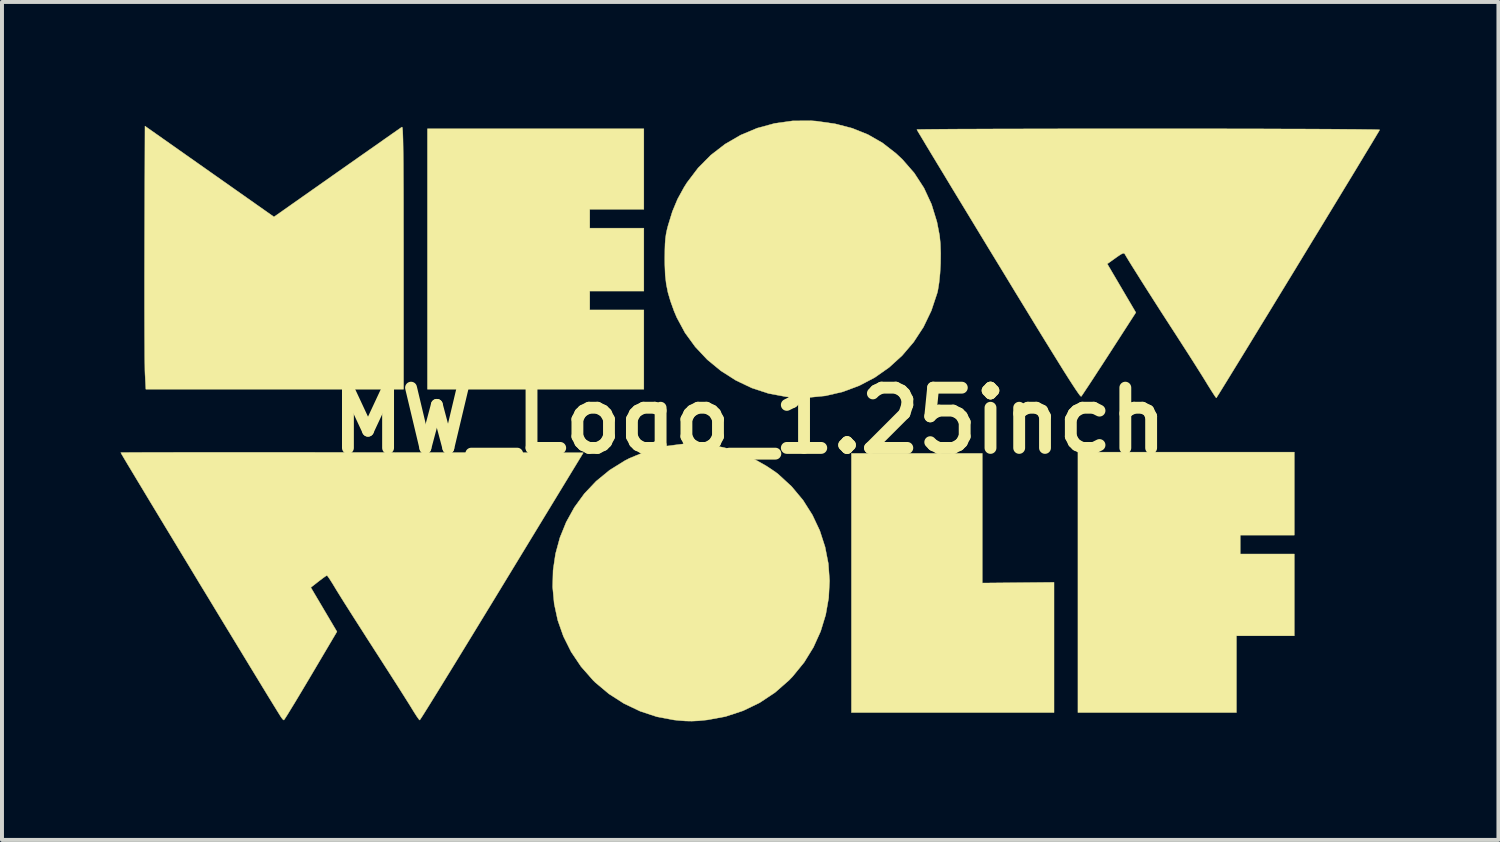
<source format=kicad_pcb>
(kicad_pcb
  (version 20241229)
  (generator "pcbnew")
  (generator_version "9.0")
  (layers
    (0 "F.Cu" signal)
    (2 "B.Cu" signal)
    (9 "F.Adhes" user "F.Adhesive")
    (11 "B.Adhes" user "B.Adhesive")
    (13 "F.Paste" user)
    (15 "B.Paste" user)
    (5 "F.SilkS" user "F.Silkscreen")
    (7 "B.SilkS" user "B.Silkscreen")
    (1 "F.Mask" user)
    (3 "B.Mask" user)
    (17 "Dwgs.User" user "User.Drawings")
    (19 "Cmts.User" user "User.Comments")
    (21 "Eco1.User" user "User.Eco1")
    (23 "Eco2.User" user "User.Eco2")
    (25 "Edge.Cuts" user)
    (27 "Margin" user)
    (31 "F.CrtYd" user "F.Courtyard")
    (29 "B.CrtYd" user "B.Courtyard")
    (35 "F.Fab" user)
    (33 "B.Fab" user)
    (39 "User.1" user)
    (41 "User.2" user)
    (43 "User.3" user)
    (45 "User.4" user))
  (footprint "MW_Logo_1.25inch"
    (layer "F.Cu")
    (at 15.912 7.592)
    (property "Reference" "MW_Logo_1.25inch" (at 0 0 0) (layer "F.SilkS") (effects (font (size 1.524 1.524) (thickness 0.3))))
    (attr through_hole)
    (fp_poly (pts (xy 5.888 4.108) (xy 6.796 4.099) (xy 7.703 4.09) (xy 7.703 5.737) (xy 7.703 7.384) (xy 2.578 7.384) (xy 2.578 0.828) (xy 5.888 0.828) (xy 5.888 4.108)) (stroke (width 0.01) (type solid)) (fill yes) (layer "F.SilkS"))
    (fp_poly (pts (xy 13.782 2.896) (xy 12.414 2.896) (xy 12.414 3.374) (xy 13.782 3.374) (xy 13.782 5.443) (xy 12.318 5.443) (xy 12.318 7.384) (xy 8.308 7.384) (xy 8.308 0.796) (xy 13.782 0.796) (xy 13.782 2.896)) (stroke (width 0.01) (type solid)) (fill yes) (layer "F.SilkS"))
    (fp_poly (pts (xy -2.674 -5.347) (xy -4.042 -5.347) (xy -4.042 -4.87) (xy -2.674 -4.87) (xy -2.674 -3.278) (xy -4.042 -3.278) (xy -4.042 -2.801) (xy -2.674 -2.801) (xy -2.674 -0.796) (xy -8.148 -0.796) (xy -8.148 -7.384) (xy -2.674 -7.384) (xy -2.674 -5.347)) (stroke (width 0.01) (type solid)) (fill yes) (layer "F.SilkS"))
    (fp_poly (pts (xy -13.662 -6.303) (xy -12.031 -5.155) (xy -10.432 -6.28) (xy -10.147 -6.48) (xy -9.878 -6.669) (xy -9.627 -6.845) (xy -9.401 -7.003) (xy -9.204 -7.142) (xy -9.04 -7.257) (xy -8.914 -7.345) (xy -8.83 -7.403) (xy -8.794 -7.428) (xy -8.793 -7.428) (xy -8.786 -7.421) (xy -8.78 -7.388) (xy -8.775 -7.328) (xy -8.771 -7.236) (xy -8.767 -7.11) (xy -8.764 -6.946) (xy -8.761 -6.742) (xy -8.758 -6.495) (xy -8.757 -6.202) (xy -8.755 -5.859) (xy -8.754 -5.464) (xy -8.754 -5.013) (xy -8.753 -4.503) (xy -8.753 -4.124) (xy -8.753 -0.796) (xy -15.272 -0.796) (xy -15.293 -1.186) (xy -15.296 -1.275) (xy -15.298 -1.423) (xy -15.301 -1.624) (xy -15.302 -1.873) (xy -15.304 -2.164) (xy -15.305 -2.493) (xy -15.306 -2.854) (xy -15.306 -3.242) (xy -15.306 -3.652) (xy -15.305 -4.078) (xy -15.304 -4.514) (xy -15.294 -7.452) (xy -13.662 -6.303)) (stroke (width 0.01) (type solid)) (fill yes) (layer "F.SilkS"))
    (fp_poly (pts (xy -1.212 0.595) (xy -0.733 0.663) (xy -0.561 0.702) (xy -0.335 0.773) (xy -0.081 0.878) (xy 0.18 1.007) (xy 0.43 1.149) (xy 0.65 1.296) (xy 0.724 1.352) (xy 1.064 1.665) (xy 1.353 2.011) (xy 1.59 2.385) (xy 1.777 2.781) (xy 1.911 3.194) (xy 1.994 3.619) (xy 2.024 4.05) (xy 2.002 4.483) (xy 1.927 4.911) (xy 1.799 5.329) (xy 1.617 5.732) (xy 1.382 6.114) (xy 1.092 6.47) (xy 0.998 6.568) (xy 0.643 6.879) (xy 0.254 7.137) (xy -0.164 7.339) (xy -0.607 7.485) (xy -1.071 7.571) (xy -1.093 7.573) (xy -1.293 7.593) (xy -1.459 7.601) (xy -1.617 7.598) (xy -1.797 7.584) (xy -1.91 7.572) (xy -2.342 7.491) (xy -2.767 7.351) (xy -3.175 7.157) (xy -3.557 6.912) (xy -3.903 6.622) (xy -3.958 6.568) (xy -4.263 6.221) (xy -4.513 5.849) (xy -4.709 5.456) (xy -4.852 5.049) (xy -4.942 4.631) (xy -4.981 4.208) (xy -4.97 3.785) (xy -4.908 3.367) (xy -4.797 2.959) (xy -4.638 2.567) (xy -4.432 2.194) (xy -4.179 1.847) (xy -3.88 1.531) (xy -3.537 1.25) (xy -3.149 1.009) (xy -3.04 0.953) (xy -2.596 0.769) (xy -2.144 0.648) (xy -1.683 0.59) (xy -1.212 0.595)) (stroke (width 0.01) (type solid)) (fill yes) (layer "F.SilkS"))
    (fp_poly (pts (xy 1.687 -7.578) (xy 2.164 -7.51) (xy 2.6 -7.397) (xy 2.999 -7.236) (xy 3.366 -7.025) (xy 3.705 -6.761) (xy 3.869 -6.607) (xy 4.168 -6.264) (xy 4.413 -5.886) (xy 4.604 -5.474) (xy 4.741 -5.029) (xy 4.808 -4.682) (xy 4.828 -4.478) (xy 4.836 -4.239) (xy 4.833 -3.981) (xy 4.819 -3.725) (xy 4.795 -3.489) (xy 4.763 -3.29) (xy 4.748 -3.23) (xy 4.599 -2.782) (xy 4.399 -2.366) (xy 4.151 -1.987) (xy 3.86 -1.646) (xy 3.531 -1.347) (xy 3.168 -1.092) (xy 2.776 -0.886) (xy 2.358 -0.73) (xy 1.919 -0.628) (xy 1.464 -0.583) (xy 0.997 -0.598) (xy 0.923 -0.606) (xy 0.482 -0.688) (xy 0.057 -0.827) (xy -0.347 -1.02) (xy -0.724 -1.26) (xy -1.068 -1.543) (xy -1.372 -1.866) (xy -1.632 -2.223) (xy -1.841 -2.611) (xy -1.91 -2.774) (xy -1.999 -3.022) (xy -2.064 -3.243) (xy -2.107 -3.457) (xy -2.133 -3.683) (xy -2.143 -3.942) (xy -2.144 -4.106) (xy -2.142 -4.315) (xy -2.137 -4.477) (xy -2.127 -4.606) (xy -2.111 -4.721) (xy -2.087 -4.836) (xy -2.061 -4.936) (xy -1.952 -5.291) (xy -1.82 -5.607) (xy -1.655 -5.907) (xy -1.583 -6.021) (xy -1.302 -6.392) (xy -0.979 -6.718) (xy -0.619 -6.996) (xy -0.226 -7.224) (xy 0.193 -7.4) (xy 0.634 -7.52) (xy 1.092 -7.584) (xy 1.561 -7.587) (xy 1.687 -7.578)) (stroke (width 0.01) (type solid)) (fill yes) (layer "F.SilkS"))
    (fp_poly (pts (xy -12.74 0.801) (xy -12.215 0.802) (xy -11.664 0.802) (xy -11.091 0.802) (xy -10.498 0.803) (xy -10.049 0.804) (xy -4.205 0.812) (xy -6.263 4.194) (xy -6.521 4.618) (xy -6.771 5.027) (xy -7.009 5.417) (xy -7.234 5.785) (xy -7.444 6.128) (xy -7.638 6.443) (xy -7.812 6.726) (xy -7.965 6.974) (xy -8.095 7.184) (xy -8.2 7.352) (xy -8.278 7.476) (xy -8.327 7.551) (xy -8.344 7.575) (xy -8.369 7.55) (xy -8.418 7.481) (xy -8.483 7.38) (xy -8.534 7.297) (xy -8.586 7.212) (xy -8.669 7.08) (xy -8.777 6.909) (xy -8.906 6.705) (xy -9.053 6.476) (xy -9.212 6.228) (xy -9.379 5.968) (xy -9.502 5.777) (xy -9.673 5.511) (xy -9.839 5.251) (xy -9.997 5.004) (xy -10.142 4.776) (xy -10.269 4.576) (xy -10.373 4.409) (xy -10.451 4.284) (xy -10.486 4.225) (xy -10.561 4.102) (xy -10.625 4.002) (xy -10.671 3.936) (xy -10.691 3.916) (xy -10.724 3.934) (xy -10.793 3.983) (xy -10.884 4.052) (xy -10.905 4.068) (xy -11.099 4.22) (xy -10.438 5.338) (xy -11.099 6.456) (xy -11.243 6.698) (xy -11.377 6.922) (xy -11.497 7.122) (xy -11.601 7.292) (xy -11.684 7.428) (xy -11.744 7.522) (xy -11.777 7.57) (xy -11.781 7.575) (xy -11.812 7.552) (xy -11.848 7.504) (xy -11.89 7.438) (xy -11.96 7.325) (xy -12.056 7.169) (xy -12.176 6.974) (xy -12.317 6.743) (xy -12.477 6.48) (xy -12.654 6.19) (xy -12.844 5.877) (xy -13.046 5.545) (xy -13.258 5.197) (xy -13.476 4.838) (xy -13.698 4.471) (xy -13.923 4.102) (xy -14.146 3.732) (xy -14.367 3.368) (xy -14.582 3.012) (xy -14.79 2.669) (xy -14.987 2.343) (xy -15.172 2.037) (xy -15.341 1.756) (xy -15.493 1.504) (xy -15.625 1.284) (xy -15.735 1.102) (xy -15.819 0.96) (xy -15.877 0.862) (xy -15.904 0.814) (xy -15.907 0.809) (xy -15.874 0.807) (xy -15.781 0.806) (xy -15.63 0.805) (xy -15.425 0.804) (xy -15.17 0.803) (xy -14.866 0.803) (xy -14.518 0.802) (xy -14.128 0.802) (xy -13.699 0.801) (xy -13.236 0.801) (xy -12.74 0.801)) (stroke (width 0.01) (type solid)) (fill yes) (layer "F.SilkS"))
    (fp_poly (pts (xy 10.738 -7.384) (xy 11.359 -7.384) (xy 11.952 -7.383) (xy 12.515 -7.382) (xy 13.045 -7.381) (xy 13.539 -7.379) (xy 13.995 -7.378) (xy 14.41 -7.376) (xy 14.781 -7.374) (xy 15.106 -7.371) (xy 15.381 -7.369) (xy 15.605 -7.366) (xy 15.774 -7.364) (xy 15.886 -7.361) (xy 15.938 -7.358) (xy 15.941 -7.356) (xy 15.923 -7.323) (xy 15.873 -7.24) (xy 15.796 -7.111) (xy 15.693 -6.94) (xy 15.566 -6.731) (xy 15.419 -6.487) (xy 15.254 -6.214) (xy 15.072 -5.915) (xy 14.877 -5.594) (xy 14.671 -5.255) (xy 14.456 -4.901) (xy 14.234 -4.538) (xy 14.009 -4.168) (xy 13.783 -3.796) (xy 13.557 -3.426) (xy 13.335 -3.062) (xy 13.119 -2.708) (xy 12.91 -2.367) (xy 12.713 -2.044) (xy 12.529 -1.743) (xy 12.36 -1.468) (xy 12.209 -1.222) (xy 12.079 -1.01) (xy 11.971 -0.835) (xy 11.889 -0.702) (xy 11.834 -0.615) (xy 11.81 -0.577) (xy 11.809 -0.576) (xy 11.787 -0.601) (xy 11.74 -0.672) (xy 11.672 -0.778) (xy 11.59 -0.909) (xy 11.557 -0.964) (xy 11.48 -1.089) (xy 11.375 -1.256) (xy 11.248 -1.457) (xy 11.106 -1.68) (xy 10.954 -1.916) (xy 10.8 -2.155) (xy 10.732 -2.26) (xy 10.567 -2.515) (xy 10.399 -2.775) (xy 10.234 -3.033) (xy 10.075 -3.282) (xy 9.927 -3.515) (xy 9.794 -3.727) (xy 9.679 -3.91) (xy 9.588 -4.057) (xy 9.524 -4.163) (xy 9.498 -4.209) (xy 9.477 -4.233) (xy 9.446 -4.233) (xy 9.391 -4.206) (xy 9.302 -4.146) (xy 9.259 -4.115) (xy 9.05 -3.966) (xy 9.773 -2.736) (xy 9.101 -1.694) (xy 8.951 -1.462) (xy 8.81 -1.246) (xy 8.684 -1.052) (xy 8.575 -0.886) (xy 8.487 -0.754) (xy 8.426 -0.662) (xy 8.394 -0.616) (xy 8.391 -0.613) (xy 8.378 -0.619) (xy 8.351 -0.649) (xy 8.309 -0.707) (xy 8.249 -0.794) (xy 8.171 -0.913) (xy 8.073 -1.065) (xy 7.953 -1.254) (xy 7.812 -1.481) (xy 7.646 -1.749) (xy 7.454 -2.059) (xy 7.236 -2.414) (xy 6.99 -2.817) (xy 6.714 -3.268) (xy 6.408 -3.772) (xy 6.294 -3.959) (xy 6.035 -4.383) (xy 5.786 -4.793) (xy 5.549 -5.184) (xy 5.324 -5.554) (xy 5.115 -5.898) (xy 4.924 -6.215) (xy 4.751 -6.5) (xy 4.6 -6.75) (xy 4.472 -6.962) (xy 4.37 -7.133) (xy 4.294 -7.259) (xy 4.248 -7.337) (xy 4.233 -7.364) (xy 4.265 -7.366) (xy 4.356 -7.368) (xy 4.506 -7.37) (xy 4.709 -7.372) (xy 4.964 -7.374) (xy 5.266 -7.376) (xy 5.613 -7.377) (xy 6.002 -7.379) (xy 6.43 -7.38) (xy 6.893 -7.381) (xy 7.388 -7.382) (xy 7.912 -7.383) (xy 8.462 -7.384) (xy 9.036 -7.384) (xy 9.628 -7.384) (xy 10.093 -7.384) (xy 10.738 -7.384)) (stroke (width 0.01) (type solid)) (fill yes) (layer "F.SilkS")))
  (gr_rect
    (start -3 -3)
    (end 34.858 18.199)
    (stroke (width 0.1) (type default))
    (fill no)
    (layer "Edge.Cuts")))
</source>
